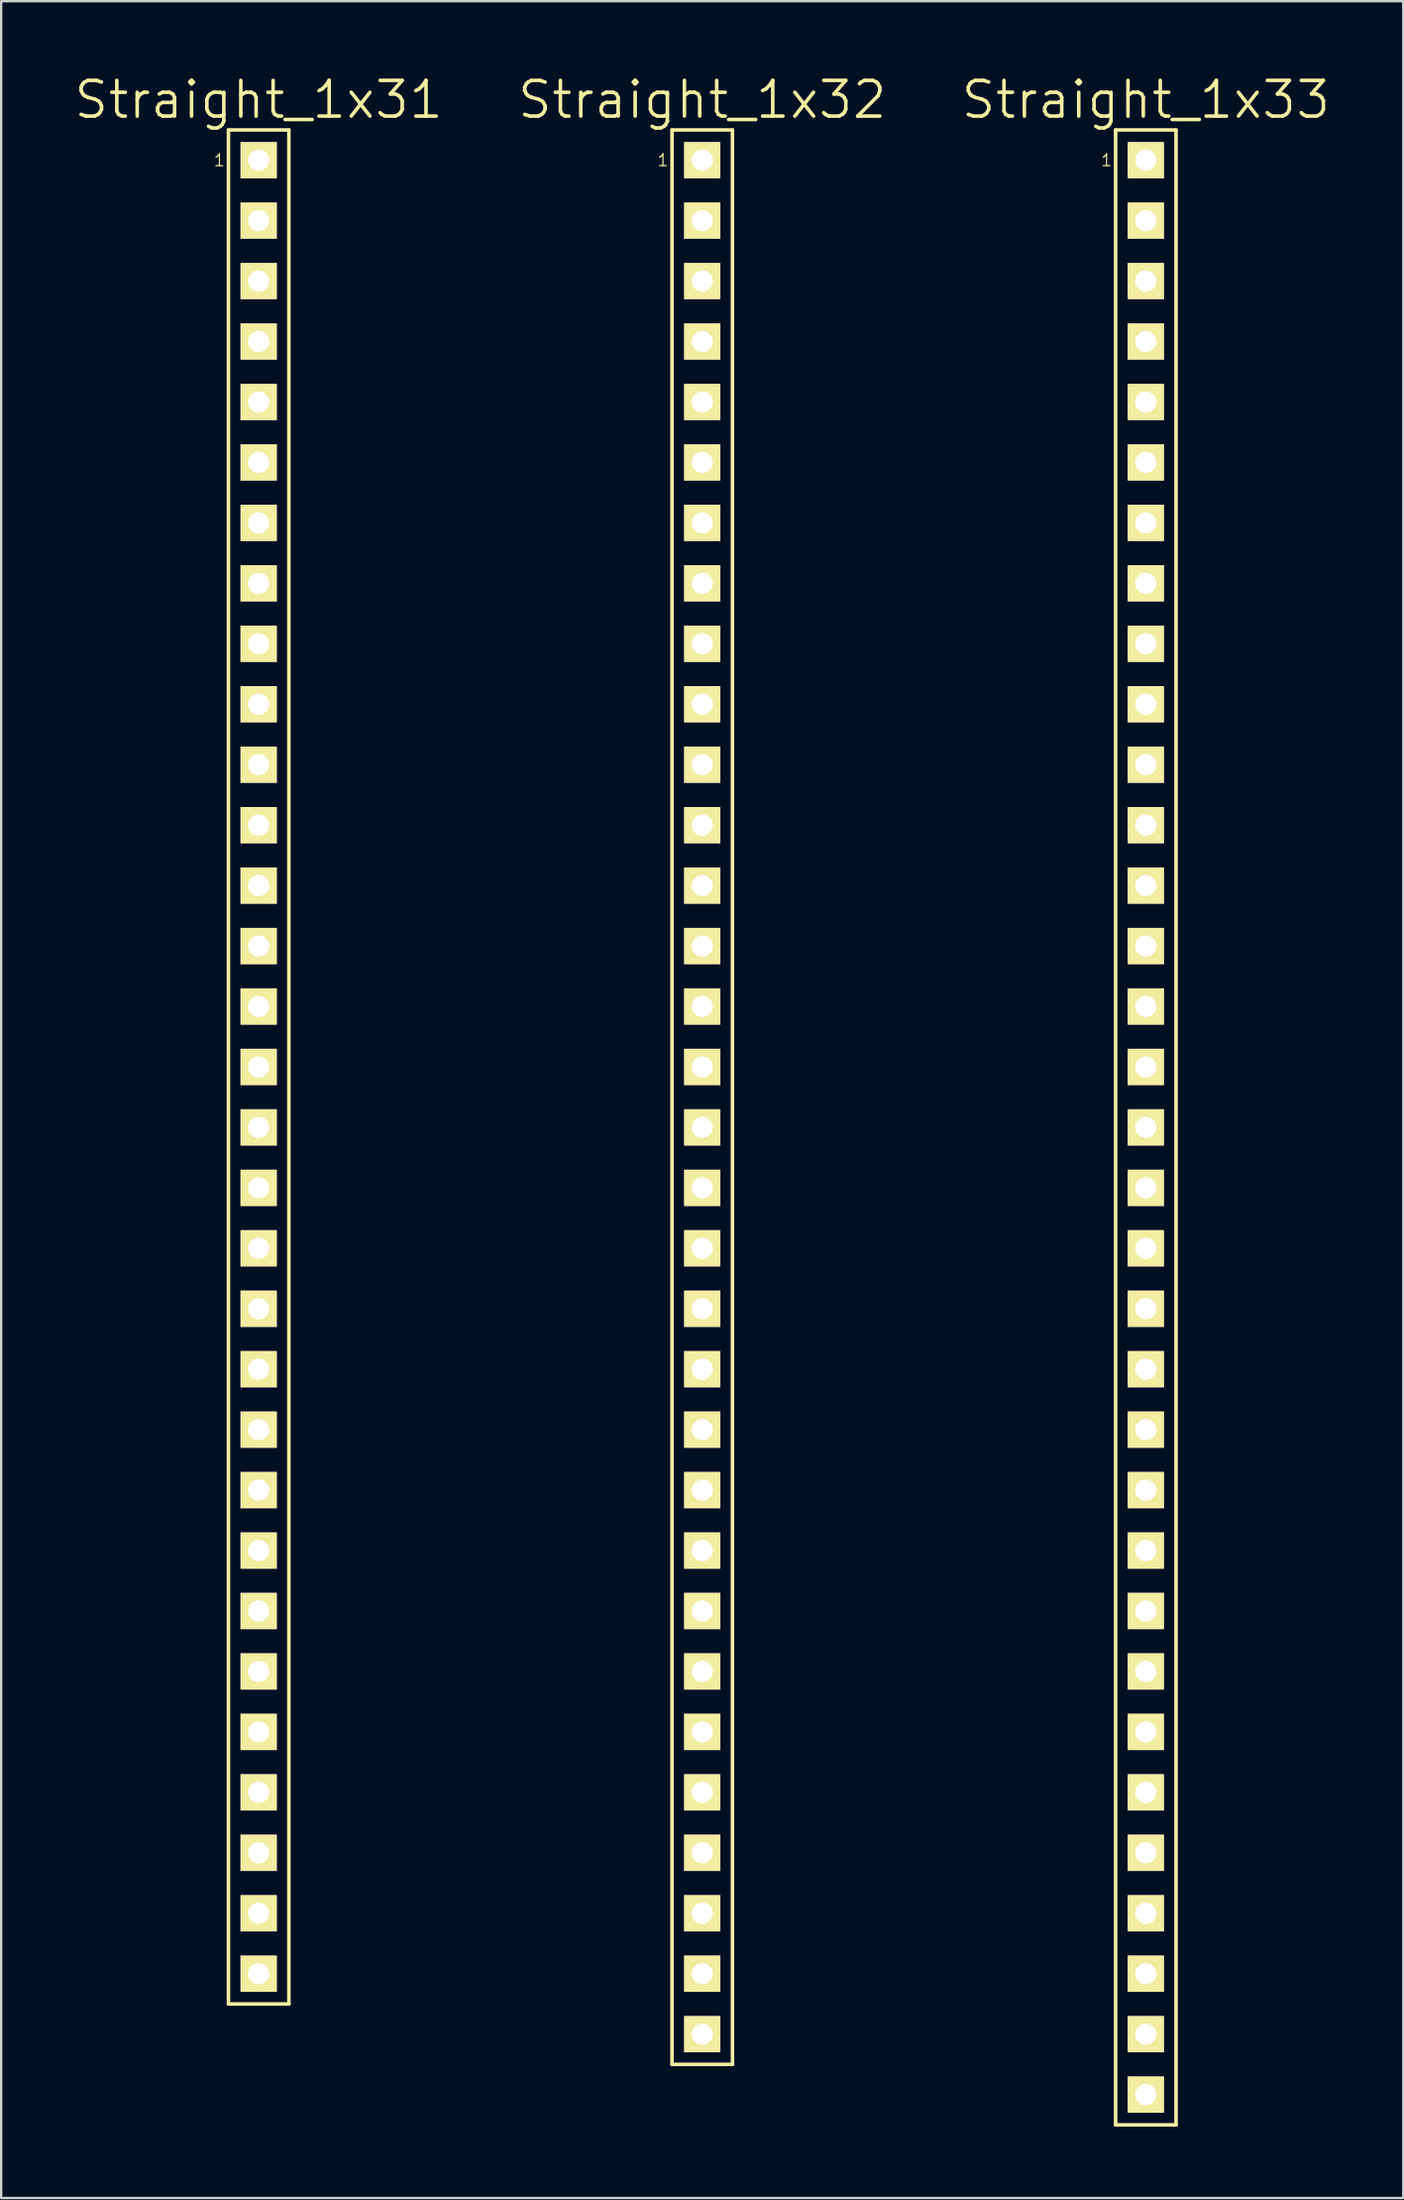
<source format=kicad_pcb>
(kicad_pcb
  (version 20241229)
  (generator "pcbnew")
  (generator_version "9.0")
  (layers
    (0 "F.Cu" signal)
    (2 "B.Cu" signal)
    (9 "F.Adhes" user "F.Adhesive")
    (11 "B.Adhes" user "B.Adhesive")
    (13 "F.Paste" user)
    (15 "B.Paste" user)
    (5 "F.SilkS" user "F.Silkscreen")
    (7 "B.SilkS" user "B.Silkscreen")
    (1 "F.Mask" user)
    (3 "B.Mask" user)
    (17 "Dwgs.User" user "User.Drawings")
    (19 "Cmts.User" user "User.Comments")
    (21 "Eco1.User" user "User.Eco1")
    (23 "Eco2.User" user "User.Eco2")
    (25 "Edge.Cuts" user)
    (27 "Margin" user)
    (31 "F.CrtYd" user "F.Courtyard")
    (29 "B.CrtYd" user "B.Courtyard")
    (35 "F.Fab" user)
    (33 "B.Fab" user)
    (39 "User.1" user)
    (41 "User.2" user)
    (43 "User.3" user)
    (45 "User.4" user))
  (footprint "Straight_1x31"
    (layer "F.Cu")
    (at 7.825 41.781)
    (property "Reference" "Straight_1x31" (at 0 -40.64 0) (layer "F.SilkS") (effects (font (size 1.5 1.5) (thickness 0.15))))
    (attr through_hole)
    (fp_line (start -1.27 -39.37) (end 1.27 -39.37) (stroke (width 0.15) (type solid)) (layer "F.SilkS"))
    (fp_line (start -1.27 39.37) (end -1.27 -39.37) (stroke (width 0.15) (type solid)) (layer "F.SilkS"))
    (fp_line (start 1.27 -39.37) (end 1.27 39.37) (stroke (width 0.15) (type solid)) (layer "F.SilkS"))
    (fp_line (start 1.27 39.37) (end -1.27 39.37) (stroke (width 0.15) (type solid)) (layer "F.SilkS"))
    (fp_text user "1" (at -1.651 -38.1 0) (layer "F.SilkS") (effects (font (size 0.5 0.5) (thickness 0.05))))
    (pad "1" thru_hole rect (at 0 -38.1) (size 1.524 1.524) (drill 0.889) (layers "*.Cu" "*.Mask" "F.SilkS"))
    (pad "2" thru_hole rect (at 0 -35.56) (size 1.524 1.524) (drill 0.889) (layers "*.Cu" "*.Mask" "F.SilkS"))
    (pad "3" thru_hole rect (at 0 -33.02) (size 1.524 1.524) (drill 0.889) (layers "*.Cu" "*.Mask" "F.SilkS"))
    (pad "4" thru_hole rect (at 0 -30.48) (size 1.524 1.524) (drill 0.889) (layers "*.Cu" "*.Mask" "F.SilkS"))
    (pad "5" thru_hole rect (at 0 -27.94) (size 1.524 1.524) (drill 0.889) (layers "*.Cu" "*.Mask" "F.SilkS"))
    (pad "6" thru_hole rect (at 0 -25.4) (size 1.524 1.524) (drill 0.889) (layers "*.Cu" "*.Mask" "F.SilkS"))
    (pad "7" thru_hole rect (at 0 -22.86) (size 1.524 1.524) (drill 0.889) (layers "*.Cu" "*.Mask" "F.SilkS"))
    (pad "8" thru_hole rect (at 0 -20.32) (size 1.524 1.524) (drill 0.889) (layers "*.Cu" "*.Mask" "F.SilkS"))
    (pad "9" thru_hole rect (at 0 -17.78) (size 1.524 1.524) (drill 0.889) (layers "*.Cu" "*.Mask" "F.SilkS"))
    (pad "10" thru_hole rect (at 0 -15.24) (size 1.524 1.524) (drill 0.889) (layers "*.Cu" "*.Mask" "F.SilkS"))
    (pad "11" thru_hole rect (at 0 -12.7) (size 1.524 1.524) (drill 0.889) (layers "*.Cu" "*.Mask" "F.SilkS"))
    (pad "12" thru_hole rect (at 0 -10.16) (size 1.524 1.524) (drill 0.889) (layers "*.Cu" "*.Mask" "F.SilkS"))
    (pad "13" thru_hole rect (at 0 -7.62) (size 1.524 1.524) (drill 0.889) (layers "*.Cu" "*.Mask" "F.SilkS"))
    (pad "14" thru_hole rect (at 0 -5.08) (size 1.524 1.524) (drill 0.889) (layers "*.Cu" "*.Mask" "F.SilkS"))
    (pad "15" thru_hole rect (at 0 -2.54) (size 1.524 1.524) (drill 0.889) (layers "*.Cu" "*.Mask" "F.SilkS"))
    (pad "16" thru_hole rect (at 0 0) (size 1.524 1.524) (drill 0.889) (layers "*.Cu" "*.Mask" "F.SilkS"))
    (pad "17" thru_hole rect (at 0 2.54) (size 1.524 1.524) (drill 0.889) (layers "*.Cu" "*.Mask" "F.SilkS"))
    (pad "18" thru_hole rect (at 0 5.08) (size 1.524 1.524) (drill 0.889) (layers "*.Cu" "*.Mask" "F.SilkS"))
    (pad "19" thru_hole rect (at 0 7.62) (size 1.524 1.524) (drill 0.889) (layers "*.Cu" "*.Mask" "F.SilkS"))
    (pad "20" thru_hole rect (at 0 10.16) (size 1.524 1.524) (drill 0.889) (layers "*.Cu" "*.Mask" "F.SilkS"))
    (pad "21" thru_hole rect (at 0 12.7) (size 1.524 1.524) (drill 0.889) (layers "*.Cu" "*.Mask" "F.SilkS"))
    (pad "22" thru_hole rect (at 0 15.24) (size 1.524 1.524) (drill 0.889) (layers "*.Cu" "*.Mask" "F.SilkS"))
    (pad "23" thru_hole rect (at 0 17.78) (size 1.524 1.524) (drill 0.889) (layers "*.Cu" "*.Mask" "F.SilkS"))
    (pad "24" thru_hole rect (at 0 20.32) (size 1.524 1.524) (drill 0.889) (layers "*.Cu" "*.Mask" "F.SilkS"))
    (pad "25" thru_hole rect (at 0 22.86) (size 1.524 1.524) (drill 0.889) (layers "*.Cu" "*.Mask" "F.SilkS"))
    (pad "26" thru_hole rect (at 0 25.4) (size 1.524 1.524) (drill 0.889) (layers "*.Cu" "*.Mask" "F.SilkS"))
    (pad "27" thru_hole rect (at 0 27.94) (size 1.524 1.524) (drill 0.889) (layers "*.Cu" "*.Mask" "F.SilkS"))
    (pad "28" thru_hole rect (at 0 30.48) (size 1.524 1.524) (drill 0.889) (layers "*.Cu" "*.Mask" "F.SilkS"))
    (pad "29" thru_hole rect (at 0 33.02) (size 1.524 1.524) (drill 0.889) (layers "*.Cu" "*.Mask" "F.SilkS"))
    (pad "30" thru_hole rect (at 0 35.56) (size 1.524 1.524) (drill 0.889) (layers "*.Cu" "*.Mask" "F.SilkS"))
    (pad "31" thru_hole rect (at 0 38.1) (size 1.524 1.524) (drill 0.889) (layers "*.Cu" "*.Mask" "F.SilkS")))
  (footprint "Straight_1x32"
    (layer "F.Cu")
    (at 26.475 43.051)
    (property "Reference" "Straight_1x32" (at 0 -41.91 0) (layer "F.SilkS") (effects (font (size 1.5 1.5) (thickness 0.15))))
    (attr through_hole)
    (fp_line (start -1.27 -40.64) (end 1.27 -40.64) (stroke (width 0.15) (type solid)) (layer "F.SilkS"))
    (fp_line (start -1.27 40.64) (end -1.27 -40.64) (stroke (width 0.15) (type solid)) (layer "F.SilkS"))
    (fp_line (start 1.27 -40.64) (end 1.27 40.64) (stroke (width 0.15) (type solid)) (layer "F.SilkS"))
    (fp_line (start 1.27 40.64) (end -1.27 40.64) (stroke (width 0.15) (type solid)) (layer "F.SilkS"))
    (fp_text user "1" (at -1.651 -39.37 0) (layer "F.SilkS") (effects (font (size 0.5 0.5) (thickness 0.05))))
    (pad "1" thru_hole rect (at 0 -39.37) (size 1.524 1.524) (drill 0.889) (layers "*.Cu" "*.Mask" "F.SilkS"))
    (pad "2" thru_hole rect (at 0 -36.83) (size 1.524 1.524) (drill 0.889) (layers "*.Cu" "*.Mask" "F.SilkS"))
    (pad "3" thru_hole rect (at 0 -34.29) (size 1.524 1.524) (drill 0.889) (layers "*.Cu" "*.Mask" "F.SilkS"))
    (pad "4" thru_hole rect (at 0 -31.75) (size 1.524 1.524) (drill 0.889) (layers "*.Cu" "*.Mask" "F.SilkS"))
    (pad "5" thru_hole rect (at 0 -29.21) (size 1.524 1.524) (drill 0.889) (layers "*.Cu" "*.Mask" "F.SilkS"))
    (pad "6" thru_hole rect (at 0 -26.67) (size 1.524 1.524) (drill 0.889) (layers "*.Cu" "*.Mask" "F.SilkS"))
    (pad "7" thru_hole rect (at 0 -24.13) (size 1.524 1.524) (drill 0.889) (layers "*.Cu" "*.Mask" "F.SilkS"))
    (pad "8" thru_hole rect (at 0 -21.59) (size 1.524 1.524) (drill 0.889) (layers "*.Cu" "*.Mask" "F.SilkS"))
    (pad "9" thru_hole rect (at 0 -19.05) (size 1.524 1.524) (drill 0.889) (layers "*.Cu" "*.Mask" "F.SilkS"))
    (pad "10" thru_hole rect (at 0 -16.51) (size 1.524 1.524) (drill 0.889) (layers "*.Cu" "*.Mask" "F.SilkS"))
    (pad "11" thru_hole rect (at 0 -13.97) (size 1.524 1.524) (drill 0.889) (layers "*.Cu" "*.Mask" "F.SilkS"))
    (pad "12" thru_hole rect (at 0 -11.43) (size 1.524 1.524) (drill 0.889) (layers "*.Cu" "*.Mask" "F.SilkS"))
    (pad "13" thru_hole rect (at 0 -8.89) (size 1.524 1.524) (drill 0.889) (layers "*.Cu" "*.Mask" "F.SilkS"))
    (pad "14" thru_hole rect (at 0 -6.35) (size 1.524 1.524) (drill 0.889) (layers "*.Cu" "*.Mask" "F.SilkS"))
    (pad "15" thru_hole rect (at 0 -3.81) (size 1.524 1.524) (drill 0.889) (layers "*.Cu" "*.Mask" "F.SilkS"))
    (pad "16" thru_hole rect (at 0 -1.27) (size 1.524 1.524) (drill 0.889) (layers "*.Cu" "*.Mask" "F.SilkS"))
    (pad "17" thru_hole rect (at 0 1.27) (size 1.524 1.524) (drill 0.889) (layers "*.Cu" "*.Mask" "F.SilkS"))
    (pad "18" thru_hole rect (at 0 3.81) (size 1.524 1.524) (drill 0.889) (layers "*.Cu" "*.Mask" "F.SilkS"))
    (pad "19" thru_hole rect (at 0 6.35) (size 1.524 1.524) (drill 0.889) (layers "*.Cu" "*.Mask" "F.SilkS"))
    (pad "20" thru_hole rect (at 0 8.89) (size 1.524 1.524) (drill 0.889) (layers "*.Cu" "*.Mask" "F.SilkS"))
    (pad "21" thru_hole rect (at 0 11.43) (size 1.524 1.524) (drill 0.889) (layers "*.Cu" "*.Mask" "F.SilkS"))
    (pad "22" thru_hole rect (at 0 13.97) (size 1.524 1.524) (drill 0.889) (layers "*.Cu" "*.Mask" "F.SilkS"))
    (pad "23" thru_hole rect (at 0 16.51) (size 1.524 1.524) (drill 0.889) (layers "*.Cu" "*.Mask" "F.SilkS"))
    (pad "24" thru_hole rect (at 0 19.05) (size 1.524 1.524) (drill 0.889) (layers "*.Cu" "*.Mask" "F.SilkS"))
    (pad "25" thru_hole rect (at 0 21.59) (size 1.524 1.524) (drill 0.889) (layers "*.Cu" "*.Mask" "F.SilkS"))
    (pad "26" thru_hole rect (at 0 24.13) (size 1.524 1.524) (drill 0.889) (layers "*.Cu" "*.Mask" "F.SilkS"))
    (pad "27" thru_hole rect (at 0 26.67) (size 1.524 1.524) (drill 0.889) (layers "*.Cu" "*.Mask" "F.SilkS"))
    (pad "28" thru_hole rect (at 0 29.21) (size 1.524 1.524) (drill 0.889) (layers "*.Cu" "*.Mask" "F.SilkS"))
    (pad "29" thru_hole rect (at 0 31.75) (size 1.524 1.524) (drill 0.889) (layers "*.Cu" "*.Mask" "F.SilkS"))
    (pad "30" thru_hole rect (at 0 34.29) (size 1.524 1.524) (drill 0.889) (layers "*.Cu" "*.Mask" "F.SilkS"))
    (pad "31" thru_hole rect (at 0 36.83) (size 1.524 1.524) (drill 0.889) (layers "*.Cu" "*.Mask" "F.SilkS"))
    (pad "32" thru_hole rect (at 0 39.37) (size 1.524 1.524) (drill 0.889) (layers "*.Cu" "*.Mask" "F.SilkS")))
  (footprint "Straight_1x33"
    (layer "F.Cu")
    (at 45.125 44.321)
    (property "Reference" "Straight_1x33" (at 0 -43.18 0) (layer "F.SilkS") (effects (font (size 1.5 1.5) (thickness 0.15))))
    (attr through_hole)
    (fp_line (start -1.27 -41.91) (end 1.27 -41.91) (stroke (width 0.15) (type solid)) (layer "F.SilkS"))
    (fp_line (start -1.27 41.91) (end -1.27 -41.91) (stroke (width 0.15) (type solid)) (layer "F.SilkS"))
    (fp_line (start 1.27 -41.91) (end 1.27 41.91) (stroke (width 0.15) (type solid)) (layer "F.SilkS"))
    (fp_line (start 1.27 41.91) (end -1.27 41.91) (stroke (width 0.15) (type solid)) (layer "F.SilkS"))
    (fp_text user "1" (at -1.651 -40.64 0) (layer "F.SilkS") (effects (font (size 0.5 0.5) (thickness 0.05))))
    (pad "1" thru_hole rect (at 0 -40.64) (size 1.524 1.524) (drill 0.889) (layers "*.Cu" "*.Mask" "F.SilkS"))
    (pad "2" thru_hole rect (at 0 -38.1) (size 1.524 1.524) (drill 0.889) (layers "*.Cu" "*.Mask" "F.SilkS"))
    (pad "3" thru_hole rect (at 0 -35.56) (size 1.524 1.524) (drill 0.889) (layers "*.Cu" "*.Mask" "F.SilkS"))
    (pad "4" thru_hole rect (at 0 -33.02) (size 1.524 1.524) (drill 0.889) (layers "*.Cu" "*.Mask" "F.SilkS"))
    (pad "5" thru_hole rect (at 0 -30.48) (size 1.524 1.524) (drill 0.889) (layers "*.Cu" "*.Mask" "F.SilkS"))
    (pad "6" thru_hole rect (at 0 -27.94) (size 1.524 1.524) (drill 0.889) (layers "*.Cu" "*.Mask" "F.SilkS"))
    (pad "7" thru_hole rect (at 0 -25.4) (size 1.524 1.524) (drill 0.889) (layers "*.Cu" "*.Mask" "F.SilkS"))
    (pad "8" thru_hole rect (at 0 -22.86) (size 1.524 1.524) (drill 0.889) (layers "*.Cu" "*.Mask" "F.SilkS"))
    (pad "9" thru_hole rect (at 0 -20.32) (size 1.524 1.524) (drill 0.889) (layers "*.Cu" "*.Mask" "F.SilkS"))
    (pad "10" thru_hole rect (at 0 -17.78) (size 1.524 1.524) (drill 0.889) (layers "*.Cu" "*.Mask" "F.SilkS"))
    (pad "11" thru_hole rect (at 0 -15.24) (size 1.524 1.524) (drill 0.889) (layers "*.Cu" "*.Mask" "F.SilkS"))
    (pad "12" thru_hole rect (at 0 -12.7) (size 1.524 1.524) (drill 0.889) (layers "*.Cu" "*.Mask" "F.SilkS"))
    (pad "13" thru_hole rect (at 0 -10.16) (size 1.524 1.524) (drill 0.889) (layers "*.Cu" "*.Mask" "F.SilkS"))
    (pad "14" thru_hole rect (at 0 -7.62) (size 1.524 1.524) (drill 0.889) (layers "*.Cu" "*.Mask" "F.SilkS"))
    (pad "15" thru_hole rect (at 0 -5.08) (size 1.524 1.524) (drill 0.889) (layers "*.Cu" "*.Mask" "F.SilkS"))
    (pad "16" thru_hole rect (at 0 -2.54) (size 1.524 1.524) (drill 0.889) (layers "*.Cu" "*.Mask" "F.SilkS"))
    (pad "17" thru_hole rect (at 0 0) (size 1.524 1.524) (drill 0.889) (layers "*.Cu" "*.Mask" "F.SilkS"))
    (pad "18" thru_hole rect (at 0 2.54) (size 1.524 1.524) (drill 0.889) (layers "*.Cu" "*.Mask" "F.SilkS"))
    (pad "19" thru_hole rect (at 0 5.08) (size 1.524 1.524) (drill 0.889) (layers "*.Cu" "*.Mask" "F.SilkS"))
    (pad "20" thru_hole rect (at 0 7.62) (size 1.524 1.524) (drill 0.889) (layers "*.Cu" "*.Mask" "F.SilkS"))
    (pad "21" thru_hole rect (at 0 10.16) (size 1.524 1.524) (drill 0.889) (layers "*.Cu" "*.Mask" "F.SilkS"))
    (pad "22" thru_hole rect (at 0 12.7) (size 1.524 1.524) (drill 0.889) (layers "*.Cu" "*.Mask" "F.SilkS"))
    (pad "23" thru_hole rect (at 0 15.24) (size 1.524 1.524) (drill 0.889) (layers "*.Cu" "*.Mask" "F.SilkS"))
    (pad "24" thru_hole rect (at 0 17.78) (size 1.524 1.524) (drill 0.889) (layers "*.Cu" "*.Mask" "F.SilkS"))
    (pad "25" thru_hole rect (at 0 20.32) (size 1.524 1.524) (drill 0.889) (layers "*.Cu" "*.Mask" "F.SilkS"))
    (pad "26" thru_hole rect (at 0 22.86) (size 1.524 1.524) (drill 0.889) (layers "*.Cu" "*.Mask" "F.SilkS"))
    (pad "27" thru_hole rect (at 0 25.4) (size 1.524 1.524) (drill 0.889) (layers "*.Cu" "*.Mask" "F.SilkS"))
    (pad "28" thru_hole rect (at 0 27.94) (size 1.524 1.524) (drill 0.889) (layers "*.Cu" "*.Mask" "F.SilkS"))
    (pad "29" thru_hole rect (at 0 30.48) (size 1.524 1.524) (drill 0.889) (layers "*.Cu" "*.Mask" "F.SilkS"))
    (pad "30" thru_hole rect (at 0 33.02) (size 1.524 1.524) (drill 0.889) (layers "*.Cu" "*.Mask" "F.SilkS"))
    (pad "31" thru_hole rect (at 0 35.56) (size 1.524 1.524) (drill 0.889) (layers "*.Cu" "*.Mask" "F.SilkS"))
    (pad "32" thru_hole rect (at 0 38.1) (size 1.524 1.524) (drill 0.889) (layers "*.Cu" "*.Mask" "F.SilkS"))
    (pad "33" thru_hole rect (at 0 40.64) (size 1.524 1.524) (drill 0.889) (layers "*.Cu" "*.Mask" "F.SilkS")))
  (gr_rect
    (start -3 -3)
    (end 55.95 89.306)
    (stroke (width 0.1) (type default))
    (fill no)
    (layer "Edge.Cuts")))
</source>
